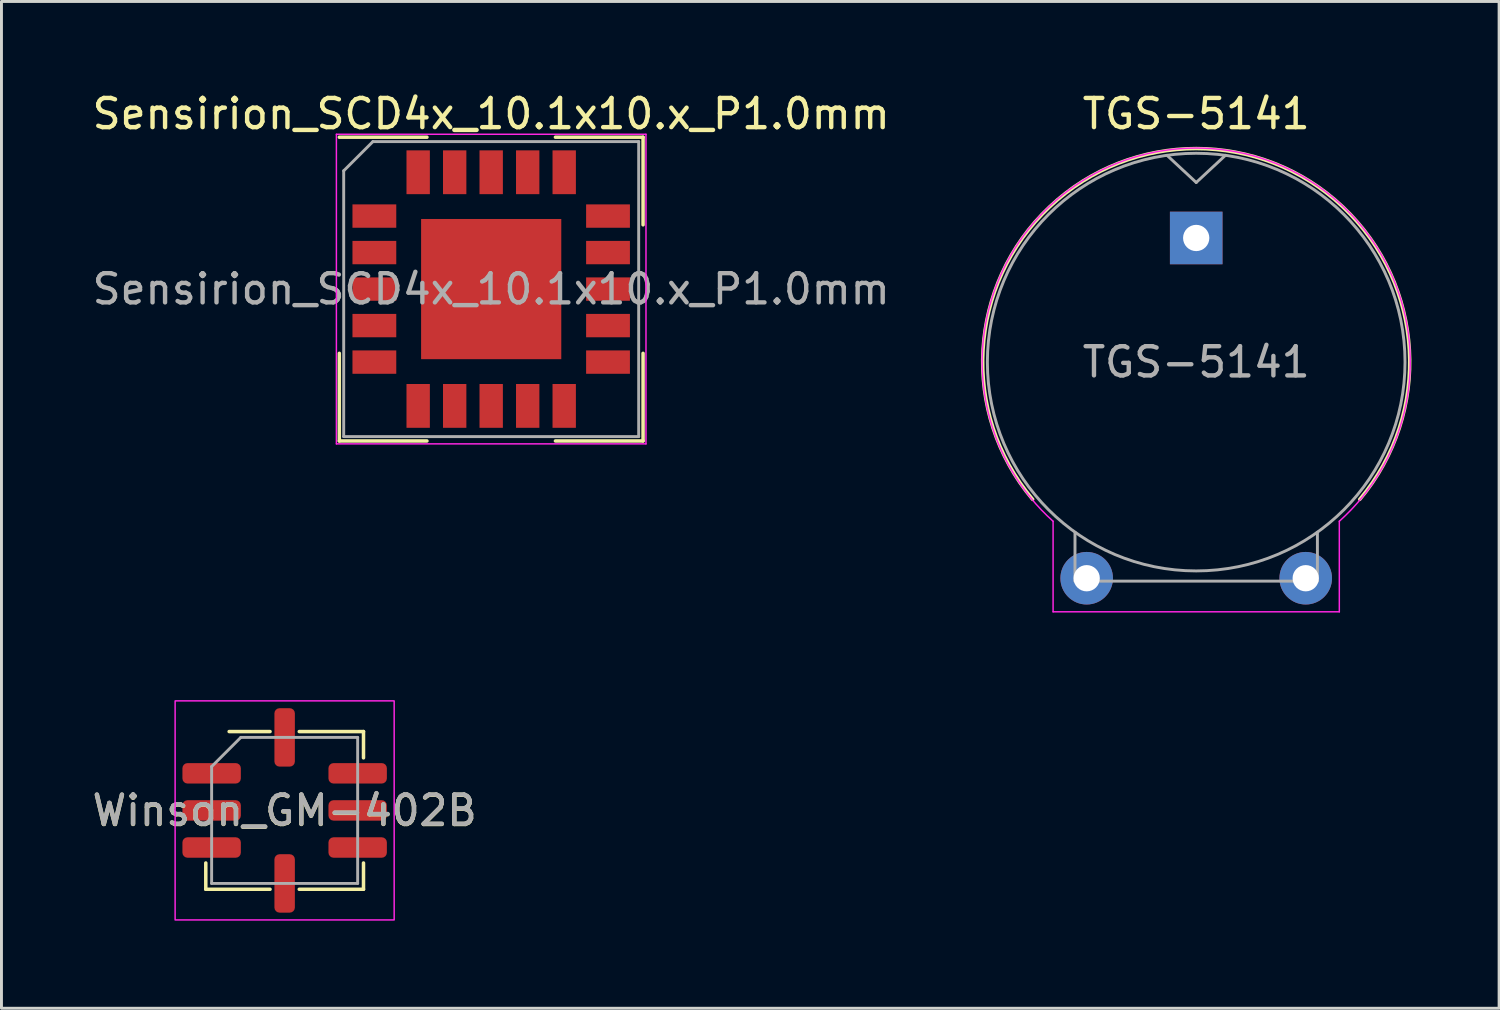
<source format=kicad_pcb>
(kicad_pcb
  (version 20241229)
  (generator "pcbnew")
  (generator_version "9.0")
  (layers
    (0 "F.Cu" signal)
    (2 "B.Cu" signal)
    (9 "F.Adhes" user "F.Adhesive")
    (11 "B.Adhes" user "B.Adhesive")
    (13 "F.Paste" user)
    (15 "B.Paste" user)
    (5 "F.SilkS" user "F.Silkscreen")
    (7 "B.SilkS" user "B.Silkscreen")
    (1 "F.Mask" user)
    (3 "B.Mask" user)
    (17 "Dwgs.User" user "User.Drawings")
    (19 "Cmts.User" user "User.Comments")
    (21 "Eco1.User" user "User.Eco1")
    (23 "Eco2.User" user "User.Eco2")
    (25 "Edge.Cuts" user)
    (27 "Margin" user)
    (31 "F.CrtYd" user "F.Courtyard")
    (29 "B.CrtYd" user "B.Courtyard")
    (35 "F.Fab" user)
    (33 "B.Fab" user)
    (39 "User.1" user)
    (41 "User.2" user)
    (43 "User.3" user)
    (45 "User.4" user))
  (footprint "Winson_GM-402B"
    (layer "F.Cu")
    (at 6.696 24.698)
    (property "Reference" "Winson_GM-402B" (at 0 0.01 0) (unlocked yes) (layer "F.SilkS") (effects (font (size 1 1) (thickness 0.15))))
    (attr smd)
    (fp_line (start -2.7 2.7) (end -2.7 1.8) (stroke (width 0.12) (type solid)) (layer "F.SilkS"))
    (fp_line (start -0.5 -2.7) (end -1.9 -2.7) (stroke (width 0.12) (type solid)) (layer "F.SilkS"))
    (fp_line (start -0.5 2.7) (end -2.7 2.7) (stroke (width 0.12) (type solid)) (layer "F.SilkS"))
    (fp_line (start 0.5 -2.7) (end 2.7 -2.7) (stroke (width 0.12) (type solid)) (layer "F.SilkS"))
    (fp_line (start 2.7 -2.7) (end 2.7 -1.8) (stroke (width 0.12) (type solid)) (layer "F.SilkS"))
    (fp_line (start 2.7 1.8) (end 2.7 2.7) (stroke (width 0.12) (type solid)) (layer "F.SilkS"))
    (fp_line (start 2.7 2.7) (end 0.5 2.7) (stroke (width 0.12) (type solid)) (layer "F.SilkS"))
    (fp_rect (start -3.75 -3.75) (end 3.75 3.75) (stroke (width 0.05) (type solid)) (fill no) (layer "F.CrtYd"))
    (fp_line (start -2.5 2.5) (end -2.5 -1.5) (stroke (width 0.1) (type solid)) (layer "F.Fab"))
    (fp_line (start -1.5 -2.5) (end -2.5 -1.5) (stroke (width 0.1) (type solid)) (layer "F.Fab"))
    (fp_line (start -1.5 -2.5) (end 2.5 -2.5) (stroke (width 0.1) (type solid)) (layer "F.Fab"))
    (fp_line (start 2.5 -2.5) (end 2.5 2.5) (stroke (width 0.1) (type solid)) (layer "F.Fab"))
    (fp_line (start 2.5 2.5) (end -2.5 2.5) (stroke (width 0.1) (type solid)) (layer "F.Fab"))
    (fp_text user "${REFERENCE}" (at 0 0 0) (unlocked yes) (layer "F.Fab") (effects (font (size 1 1) (thickness 0.15))))
    (pad "1" smd roundrect (at -2.5 -1.27) (size 2 0.7) (layers "F.Cu" "F.Mask" "F.Paste") (roundrect_rratio 0.25))
    (pad "2" smd roundrect (at -2.5 0) (size 2 0.7) (layers "F.Cu" "F.Mask" "F.Paste") (roundrect_rratio 0.25))
    (pad "3" smd roundrect (at -2.5 1.27) (size 2 0.7) (layers "F.Cu" "F.Mask" "F.Paste") (roundrect_rratio 0.25))
    (pad "4" smd roundrect (at 0 2.5 90) (size 2 0.7) (layers "F.Cu" "F.Mask" "F.Paste") (roundrect_rratio 0.25))
    (pad "5" smd roundrect (at 2.5 1.27 180) (size 2 0.7) (layers "F.Cu" "F.Mask" "F.Paste") (roundrect_rratio 0.25))
    (pad "6" smd roundrect (at 2.5 0 180) (size 2 0.7) (layers "F.Cu" "F.Mask" "F.Paste") (roundrect_rratio 0.25))
    (pad "7" smd roundrect (at 2.5 -1.27 180) (size 2 0.7) (layers "F.Cu" "F.Mask" "F.Paste") (roundrect_rratio 0.25))
    (pad "8" smd roundrect (at 0 -2.5 270) (size 2 0.7) (layers "F.Cu" "F.Mask" "F.Paste") (roundrect_rratio 0.25)))
  (footprint "TGS-5141"
    (layer "F.Cu")
    (at 37.907 5.098)
    (property "Reference" "TGS-5141" (at 0 -4.25 0) (unlocked yes) (layer "F.SilkS") (effects (font (size 1 1) (thickness 0.15))))
    (attr through_hole)
    (fp_arc (start -5.599999 8.95) (mid 0 -3.06095) (end 5.599999 8.95) (stroke (width 0.12) (type solid)) (layer "F.SilkS"))
    (fp_line (start -4.9 12.8) (end -4.9 9.7) (stroke (width 0.05) (type solid)) (layer "F.CrtYd"))
    (fp_line (start 4.9 12.8) (end -4.9 12.8) (stroke (width 0.05) (type solid)) (layer "F.CrtYd"))
    (fp_line (start 4.9 12.8) (end 4.9 9.7) (stroke (width 0.05) (type solid)) (layer "F.CrtYd"))
    (fp_arc (start -4.9 9.7) (mid 0 -3.078881) (end 4.9 9.7) (stroke (width 0.05) (type solid)) (layer "F.CrtYd"))
    (fp_line (start -4.15 11.75) (end -4.15 10.08) (stroke (width 0.1) (type solid)) (layer "F.Fab"))
    (fp_line (start -4.15 11.75) (end 4.15 11.75) (stroke (width 0.1) (type solid)) (layer "F.Fab"))
    (fp_line (start 0 -1.9) (end -1 -2.83) (stroke (width 0.1) (type solid)) (layer "F.Fab"))
    (fp_line (start 0 -1.9) (end 1 -2.83) (stroke (width 0.1) (type solid)) (layer "F.Fab"))
    (fp_line (start 4.15 11.75) (end 4.15 10.08) (stroke (width 0.1) (type solid)) (layer "F.Fab"))
    (fp_circle (center 0 4.25) (end 0 -2.9) (stroke (width 0.1) (type solid)) (fill no) (layer "F.Fab"))
    (fp_text user "${REFERENCE}" (at 0 4.25 0) (unlocked yes) (layer "F.Fab") (effects (font (size 1 1) (thickness 0.15))))
    (pad "1" thru_hole rect (at 0 0) (size 1.8 1.8) (drill 0.9) (layers "*.Cu" "*.Mask"))
    (pad "2" thru_hole circle (at -3.75 11.65) (size 1.8 1.8) (drill 0.9) (layers "*.Cu" "*.Mask"))
    (pad "2" thru_hole circle (at 3.75 11.65) (size 1.8 1.8) (drill 0.9) (layers "*.Cu" "*.Mask")))
  (footprint "Sensirion_SCD4x_10.1x10.x_P1.0mm"
    (layer "F.Cu")
    (at 13.768 6.848)
    (property "Reference" "Sensirion_SCD4x_10.1x10.x_P1.0mm" (at 0 -6 0) (unlocked yes) (layer "F.SilkS") (effects (font (size 1 1) (thickness 0.15))))
    (attr smd)
    (fp_line (start -5.2 -5.2) (end -2.2 -5.2) (stroke (width 0.12) (type solid)) (layer "F.SilkS"))
    (fp_line (start -5.2 5.2) (end -5.2 2.2) (stroke (width 0.12) (type solid)) (layer "F.SilkS"))
    (fp_line (start -5.2 5.2) (end -2.2 5.2) (stroke (width 0.12) (type solid)) (layer "F.SilkS"))
    (fp_line (start 5.2 -5.2) (end 2.2 -5.2) (stroke (width 0.12) (type solid)) (layer "F.SilkS"))
    (fp_line (start 5.2 -5.2) (end 5.2 -2.2) (stroke (width 0.12) (type solid)) (layer "F.SilkS"))
    (fp_line (start 5.2 5.2) (end 2.2 5.2) (stroke (width 0.12) (type solid)) (layer "F.SilkS"))
    (fp_line (start 5.2 5.2) (end 5.2 2.2) (stroke (width 0.12) (type solid)) (layer "F.SilkS"))
    (fp_line (start -5.3 -5.3) (end 5.3 -5.3) (stroke (width 0.05) (type solid)) (layer "F.CrtYd"))
    (fp_line (start -5.3 5.3) (end -5.3 -5.3) (stroke (width 0.05) (type solid)) (layer "F.CrtYd"))
    (fp_line (start 5.3 -5.3) (end 5.3 5.3) (stroke (width 0.05) (type solid)) (layer "F.CrtYd"))
    (fp_line (start 5.3 5.3) (end -5.3 5.3) (stroke (width 0.05) (type solid)) (layer "F.CrtYd"))
    (fp_line (start -5.05 -4.05) (end -5.05 5.05) (stroke (width 0.1) (type solid)) (layer "F.Fab"))
    (fp_line (start -5.05 -4.05) (end -4.05 -5.05) (stroke (width 0.1) (type solid)) (layer "F.Fab"))
    (fp_line (start -5.05 5.05) (end 5.05 5.05) (stroke (width 0.1) (type solid)) (layer "F.Fab"))
    (fp_line (start 5.05 -5.05) (end -4.05 -5.05) (stroke (width 0.1) (type solid)) (layer "F.Fab"))
    (fp_line (start 5.05 5.05) (end 5.05 -5.05) (stroke (width 0.1) (type solid)) (layer "F.Fab"))
    (fp_text user "${REFERENCE}" (at 0 0 0) (unlocked yes) (layer "F.Fab") (effects (font (size 1 1) (thickness 0.15))))
    (pad "" smd rect (at -1.25 -1.25 270) (size 1.8 1.8) (layers "F.Cu" "F.Paste"))
    (pad "" smd rect (at -1.25 1.25 270) (size 1.8 1.8) (layers "F.Cu" "F.Paste"))
    (pad "" smd rect (at 1.25 -1.24 270) (size 1.8 1.8) (layers "F.Cu" "F.Paste"))
    (pad "" smd rect (at 1.25 1.25 270) (size 1.8 1.8) (layers "F.Cu" "F.Paste"))
    (pad "1" smd rect (at -4 -2.5) (size 1.5 0.8) (layers "F.Cu" "F.Mask" "F.Paste"))
    (pad "2" smd rect (at -4 -1.25) (size 1.5 0.8) (layers "F.Cu" "F.Mask" "F.Paste"))
    (pad "3" smd rect (at -4 0) (size 1.5 0.8) (layers "F.Cu" "F.Mask" "F.Paste"))
    (pad "4" smd rect (at -4 1.25) (size 1.5 0.8) (layers "F.Cu" "F.Mask" "F.Paste"))
    (pad "5" smd rect (at -4 2.5) (size 1.5 0.8) (layers "F.Cu" "F.Mask" "F.Paste"))
    (pad "6" smd rect (at -2.5 4 90) (size 1.5 0.8) (layers "F.Cu" "F.Mask" "F.Paste"))
    (pad "7" smd rect (at -1.25 4 90) (size 1.5 0.8) (layers "F.Cu" "F.Mask" "F.Paste"))
    (pad "8" smd rect (at 0 4 90) (size 1.5 0.8) (layers "F.Cu" "F.Mask" "F.Paste"))
    (pad "9" smd rect (at 1.25 4 90) (size 1.5 0.8) (layers "F.Cu" "F.Mask" "F.Paste"))
    (pad "10" smd rect (at 2.5 4 90) (size 1.5 0.8) (layers "F.Cu" "F.Mask" "F.Paste"))
    (pad "11" smd rect (at 4 2.5 180) (size 1.5 0.8) (layers "F.Cu" "F.Mask" "F.Paste"))
    (pad "12" smd rect (at 4 1.25 180) (size 1.5 0.8) (layers "F.Cu" "F.Mask" "F.Paste"))
    (pad "13" smd rect (at 4 0 180) (size 1.5 0.8) (layers "F.Cu" "F.Mask" "F.Paste"))
    (pad "14" smd rect (at 4 -1.25 180) (size 1.5 0.8) (layers "F.Cu" "F.Mask" "F.Paste"))
    (pad "15" smd rect (at 4 -2.5 180) (size 1.5 0.8) (layers "F.Cu" "F.Mask" "F.Paste"))
    (pad "16" smd rect (at 2.5 -4 270) (size 1.5 0.8) (layers "F.Cu" "F.Mask" "F.Paste"))
    (pad "17" smd rect (at 1.25 -4 270) (size 1.5 0.8) (layers "F.Cu" "F.Mask" "F.Paste"))
    (pad "18" smd rect (at 0 -4 270) (size 1.5 0.8) (layers "F.Cu" "F.Mask" "F.Paste"))
    (pad "19" smd rect (at -1.25 -4 270) (size 1.5 0.8) (layers "F.Cu" "F.Mask" "F.Paste"))
    (pad "20" smd rect (at -2.5 -4 270) (size 1.5 0.8) (layers "F.Cu" "F.Mask" "F.Paste"))
    (pad "21" smd rect (at 0 0 270) (size 4.8 4.8) (layers "F.Cu" "F.Mask")))
  (gr_rect
    (start -3 -3)
    (end 48.278 31.473)
    (stroke (width 0.1) (type default))
    (fill no)
    (layer "Edge.Cuts")))
</source>
